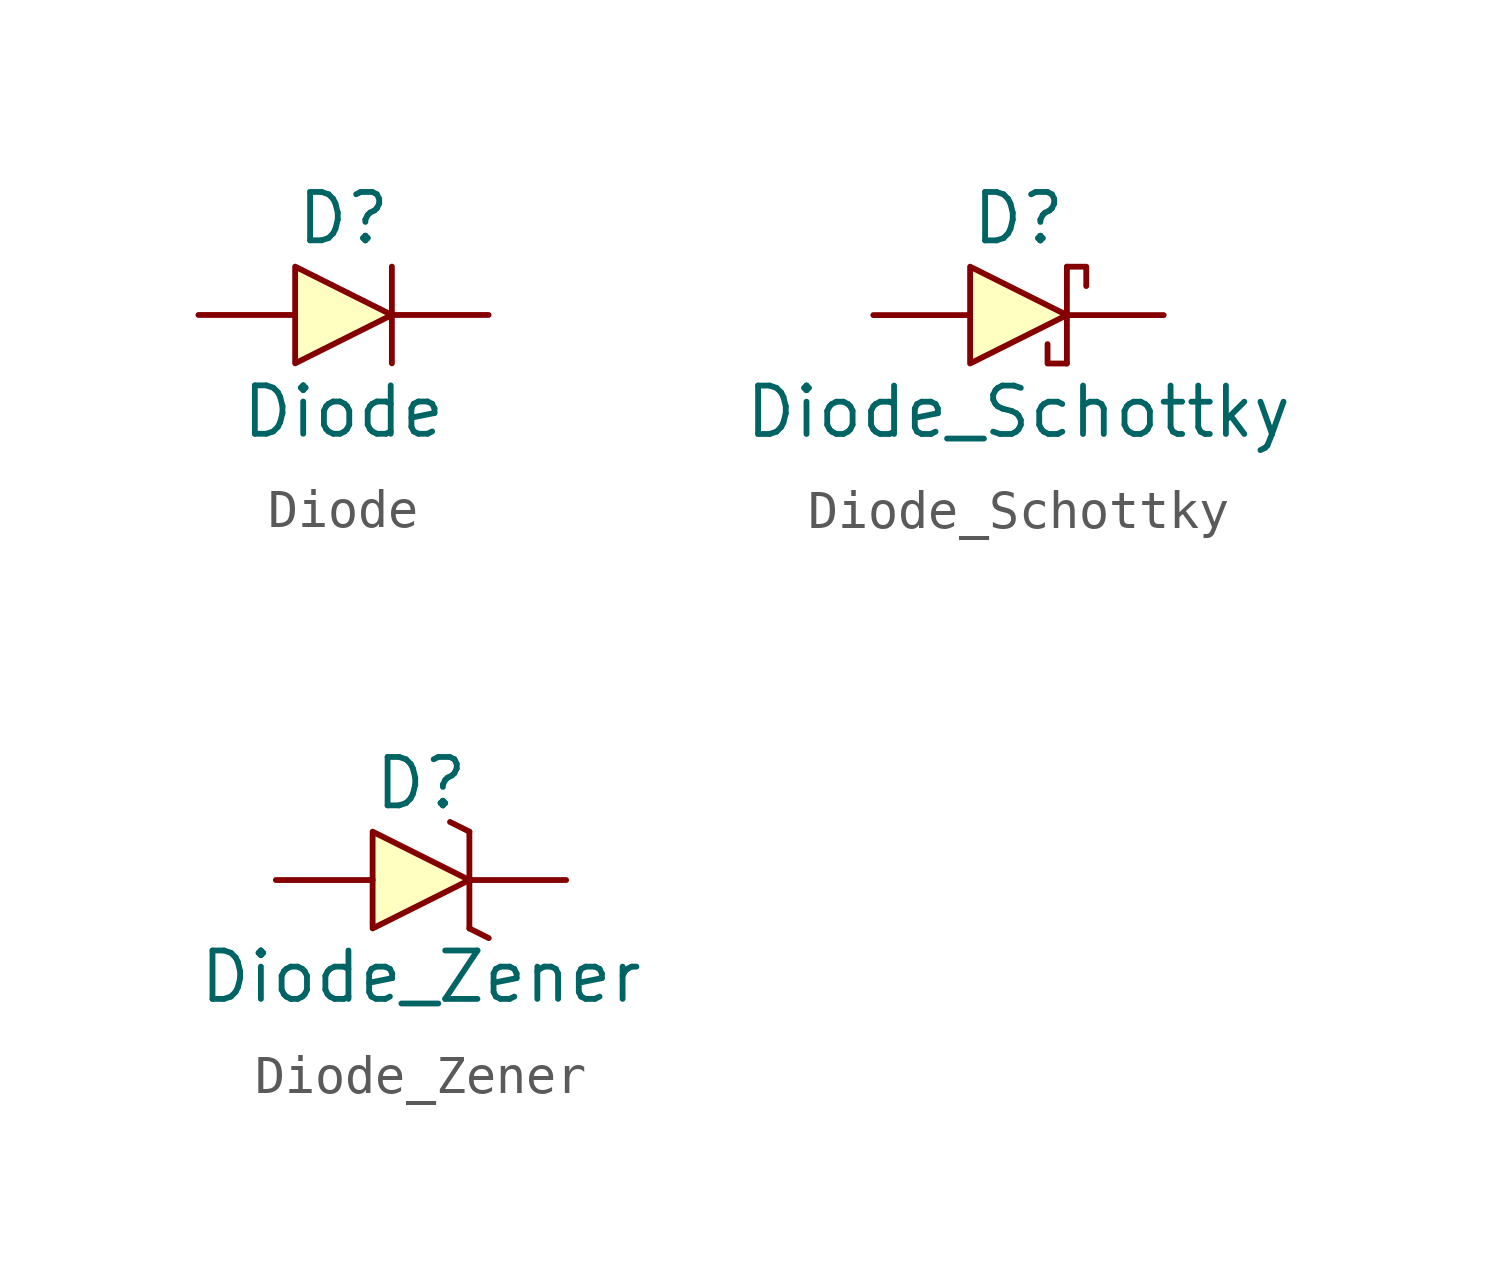
<source format=kicad_sym>
(kicad_symbol_lib
  (version 20220914)
  (generator kicad_symbol_editor)
  (symbol "Diode"
    (pin_numbers hide)
    (pin_names hide)
    (property "Reference" "D"
      (at 0 2.54 0)
      (effects (font (size 1.27 1.27))))
    (property "Value" "Diode"
      (at 0 -2.54 0)
      (effects (font (size 1.27 1.27))))
    (symbol "Diode_1_1"
      (polyline (pts (xy 1.27 1.27) (xy 1.27 -1.27)) (stroke (width 0) (type default)) (fill (type none)))
      (polyline (pts (xy 1.27 0) (xy -1.27 1.27) (xy -1.27 -1.27) (xy 1.27 0)) (stroke (width 0) (type default)) (fill (type background)))
      (pin passive line (at -3.81 0 0) (length 2.54) (name "A" (effects (font (size 1.27 1.27)))) (number "1" (effects (font (size 1.27 1.27)))))
      (pin passive line (at 3.81 0 180) (length 2.54) (name "K" (effects (font (size 1.27 1.27)))) (number "2" (effects (font (size 1.27 1.27)))))))
  (symbol "Diode_Schottky"
    (pin_numbers hide)
    (pin_names hide)
    (property "Reference" "D"
      (at 0 2.54 0)
      (effects (font (size 1.27 1.27))))
    (property "Value" "Diode_Schottky"
      (at 0 -2.54 0)
      (effects (font (size 1.27 1.27))))
    (symbol "Diode_Schottky_0_1"
      (polyline (pts (xy 1.27 -1.27) (xy 0.762 -1.27) (xy 0.762 -0.762)) (stroke (width 0) (type default)) (fill (type none)))
      (polyline (pts (xy 1.27 1.27) (xy 1.778 1.27) (xy 1.778 0.762)) (stroke (width 0) (type default)) (fill (type none))))
    (symbol "Diode_Schottky_1_1"
      (polyline (pts (xy 1.27 1.27) (xy 1.27 -1.27)) (stroke (width 0) (type default)) (fill (type none)))
      (polyline (pts (xy 1.27 0) (xy -1.27 1.27) (xy -1.27 -1.27) (xy 1.27 0)) (stroke (width 0) (type default)) (fill (type background)))
      (pin passive line (at -3.81 0 0) (length 2.54) (name "A" (effects (font (size 1.27 1.27)))) (number "1" (effects (font (size 1.27 1.27)))))
      (pin passive line (at 3.81 0 180) (length 2.54) (name "K" (effects (font (size 1.27 1.27)))) (number "2" (effects (font (size 1.27 1.27)))))))
  (symbol "Diode_Zener"
    (pin_numbers hide)
    (pin_names hide)
    (property "Reference" "D"
      (at 0 2.54 0)
      (effects (font (size 1.27 1.27))))
    (property "Value" "Diode_Zener"
      (at 0 -2.54 0)
      (effects (font (size 1.27 1.27))))
    (symbol "Diode_Zener_0_1"
      (polyline (pts (xy 1.27 -1.27) (xy 1.778 -1.524)) (stroke (width 0) (type default)) (fill (type none)))
      (polyline (pts (xy 1.27 1.27) (xy 0.762 1.524)) (stroke (width 0) (type default)) (fill (type none))))
    (symbol "Diode_Zener_1_1"
      (polyline (pts (xy 1.27 1.27) (xy 1.27 -1.27)) (stroke (width 0) (type default)) (fill (type none)))
      (polyline (pts (xy 1.27 0) (xy -1.27 1.27) (xy -1.27 -1.27) (xy 1.27 0)) (stroke (width 0) (type default)) (fill (type background)))
      (pin passive line (at -3.81 0 0) (length 2.54) (name "A" (effects (font (size 1.27 1.27)))) (number "1" (effects (font (size 1.27 1.27)))))
      (pin passive line (at 3.81 0 180) (length 2.54) (name "K" (effects (font (size 1.27 1.27)))) (number "2" (effects (font (size 1.27 1.27))))))))
</source>
